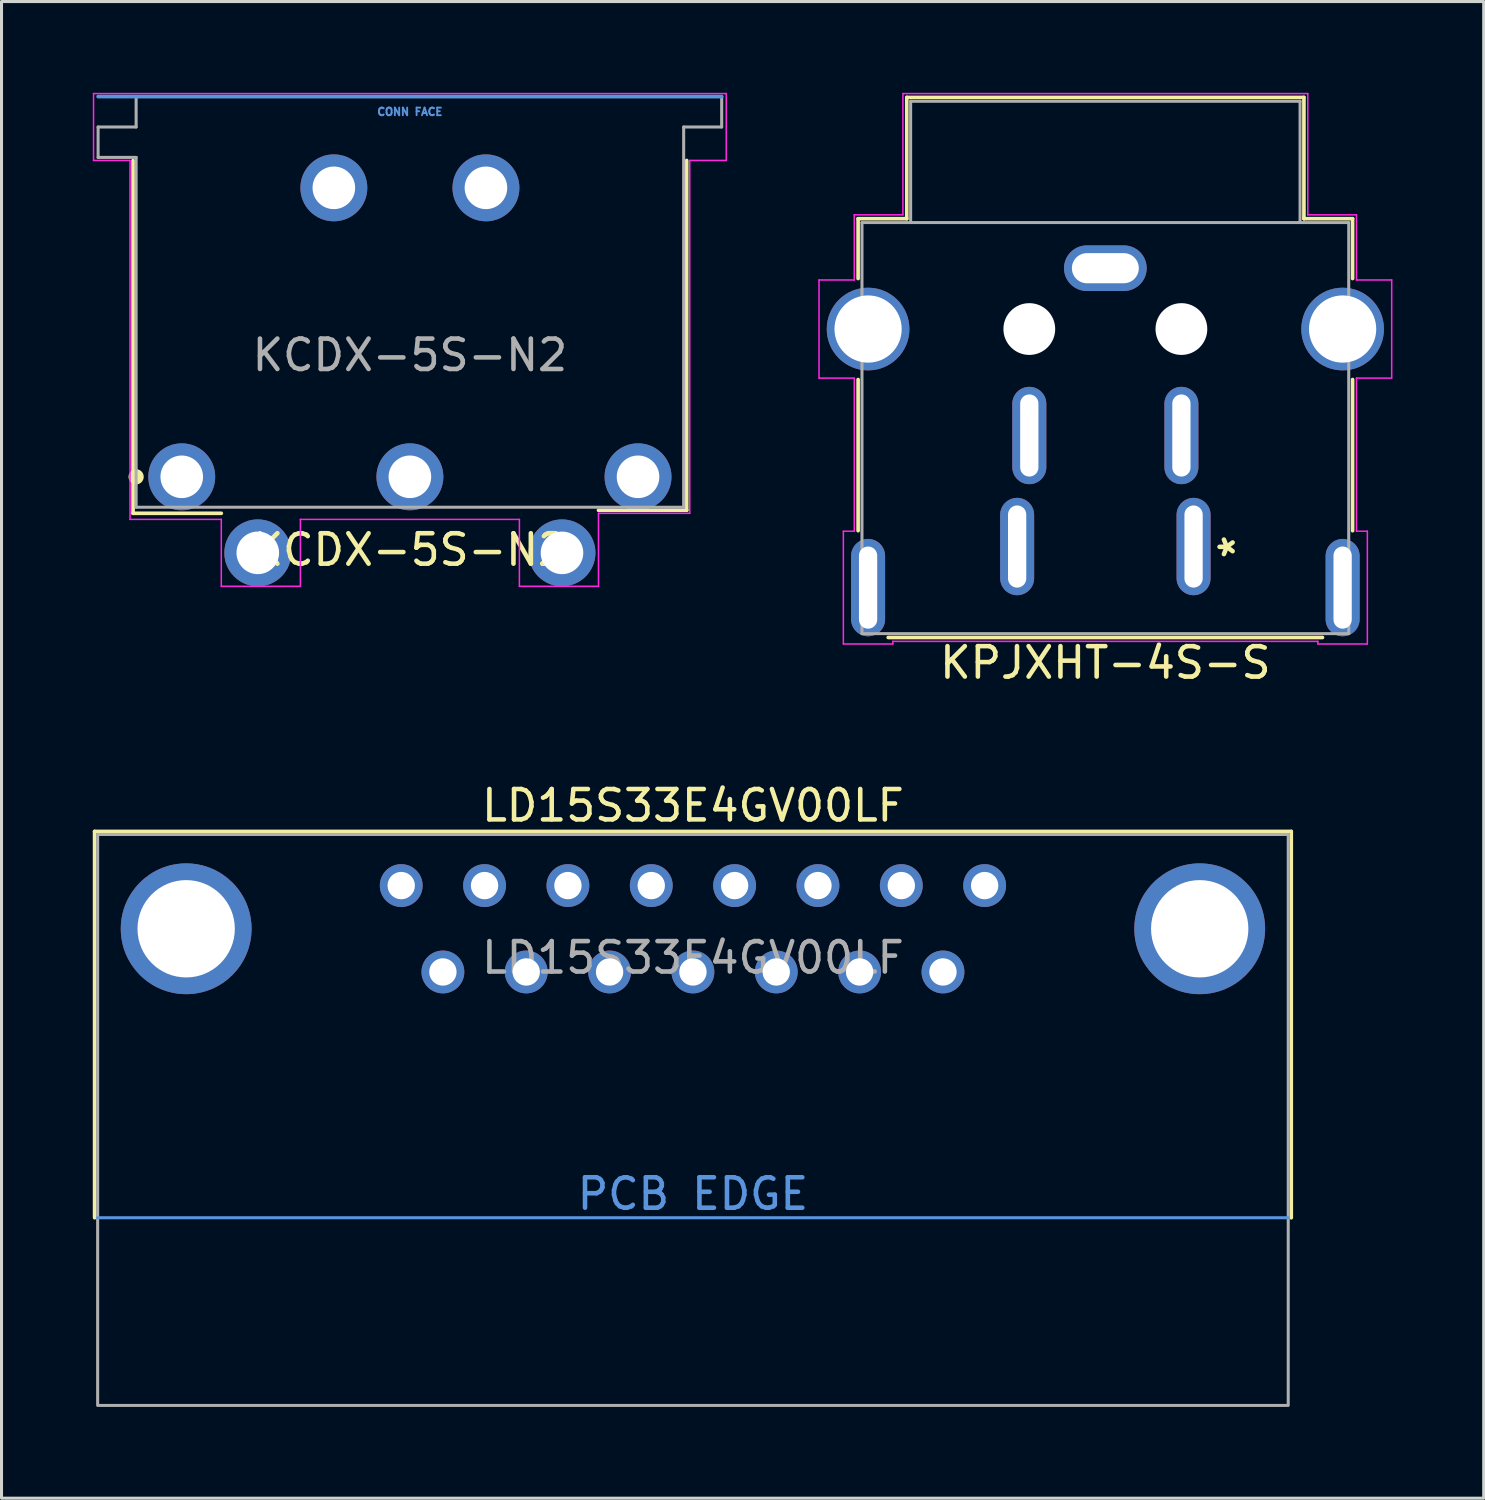
<source format=kicad_pcb>
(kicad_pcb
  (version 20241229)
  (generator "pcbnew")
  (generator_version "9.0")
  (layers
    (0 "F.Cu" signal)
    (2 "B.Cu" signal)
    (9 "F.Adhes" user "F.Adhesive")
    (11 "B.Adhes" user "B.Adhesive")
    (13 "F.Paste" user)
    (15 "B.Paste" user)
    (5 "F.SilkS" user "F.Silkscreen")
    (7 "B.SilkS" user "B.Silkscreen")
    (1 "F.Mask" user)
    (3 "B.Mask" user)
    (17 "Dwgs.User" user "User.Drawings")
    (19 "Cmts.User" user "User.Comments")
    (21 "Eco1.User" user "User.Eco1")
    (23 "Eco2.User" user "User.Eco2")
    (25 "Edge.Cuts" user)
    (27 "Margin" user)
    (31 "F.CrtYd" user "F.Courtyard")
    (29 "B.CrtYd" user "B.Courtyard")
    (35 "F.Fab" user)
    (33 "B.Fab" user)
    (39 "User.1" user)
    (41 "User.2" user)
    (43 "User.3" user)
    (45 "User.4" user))
  (footprint "LD15S33E4GV00LF"
    (layer "F.Cu")
    (at 19.73 27.483)
    (property "Reference" "LD15S33E4GV00LF" (at 0 -4.05 0) (unlocked yes) (layer "F.SilkS") (effects (font (size 1 1) (thickness 0.15))))
    (attr through_hole)
    (fp_line (start -19.67 -3.2) (end 19.67 -3.2) (stroke (width 0.12) (type default)) (layer "F.SilkS"))
    (fp_line (start -19.67 9.5) (end -19.67 -3.2) (stroke (width 0.12) (type default)) (layer "F.SilkS"))
    (fp_line (start 19.67 -3.2) (end 19.67 9.5) (stroke (width 0.12) (type default)) (layer "F.SilkS"))
    (fp_line (start -19.57 9.5) (end 19.57 9.5) (stroke (width 0.1) (type default)) (layer "Cmts.User"))
    (fp_rect (start -19.57 -3.1) (end 19.57 15.67) (stroke (width 0.1) (type default)) (fill no) (layer "F.Fab"))
    (fp_text user "PCB EDGE" (at 0 9.3 0) (unlocked yes) (layer "Cmts.User") (effects (font (size 1 1) (thickness 0.15)) (justify bottom)))
    (fp_text user "${REFERENCE}" (at 0 0.95 0) (unlocked yes) (layer "F.Fab") (effects (font (size 1 1) (thickness 0.15))))
    (pad "1" thru_hole circle (at 9.59 -1.42) (size 1.408 1.408) (drill 0.9) (layers "*.Cu" "*.Mask"))
    (pad "2" thru_hole circle (at 6.85 -1.42) (size 1.408 1.408) (drill 0.9) (layers "*.Cu" "*.Mask"))
    (pad "3" thru_hole circle (at 4.11 -1.42) (size 1.408 1.408) (drill 0.9) (layers "*.Cu" "*.Mask"))
    (pad "4" thru_hole circle (at 1.37 -1.42) (size 1.408 1.408) (drill 0.9) (layers "*.Cu" "*.Mask"))
    (pad "5" thru_hole circle (at -1.37 -1.42) (size 1.408 1.408) (drill 0.9) (layers "*.Cu" "*.Mask"))
    (pad "6" thru_hole circle (at -4.11 -1.42) (size 1.408 1.408) (drill 0.9) (layers "*.Cu" "*.Mask"))
    (pad "7" thru_hole circle (at -6.85 -1.42) (size 1.408 1.408) (drill 0.9) (layers "*.Cu" "*.Mask"))
    (pad "8" thru_hole circle (at -9.59 -1.42) (size 1.408 1.408) (drill 0.9) (layers "*.Cu" "*.Mask"))
    (pad "9" thru_hole circle (at 8.22 1.42) (size 1.408 1.408) (drill 0.9) (layers "*.Cu" "*.Mask"))
    (pad "10" thru_hole circle (at 5.48 1.42) (size 1.408 1.408) (drill 0.9) (layers "*.Cu" "*.Mask"))
    (pad "11" thru_hole circle (at 2.74 1.42) (size 1.408 1.408) (drill 0.9) (layers "*.Cu" "*.Mask"))
    (pad "12" thru_hole circle (at 0 1.42) (size 1.408 1.408) (drill 0.9) (layers "*.Cu" "*.Mask"))
    (pad "13" thru_hole circle (at -2.74 1.42) (size 1.408 1.408) (drill 0.9) (layers "*.Cu" "*.Mask"))
    (pad "14" thru_hole circle (at -5.48 1.42) (size 1.408 1.408) (drill 0.9) (layers "*.Cu" "*.Mask"))
    (pad "15" thru_hole circle (at -8.22 1.42) (size 1.408 1.408) (drill 0.9) (layers "*.Cu" "*.Mask"))
    (pad "MP" thru_hole circle (at -16.66 0) (size 4.3 4.3) (drill 3.2) (layers "*.Cu" "*.Mask"))
    (pad "MP" thru_hole circle (at 16.66 0) (size 4.3 4.3) (drill 3.2) (layers "*.Cu" "*.Mask")))
  (footprint "KPJXHT-4S-S"
    (layer "F.Cu")
    (at 36.188 14.917)
    (property "Reference" "KPJXHT-4S-S" (at -2.9 3.82 0) (layer "F.SilkS") (effects (font (size 1 1) (thickness 0.15))))
    (attr through_hole)
    (fp_line (start -11.028 -10.777) (end -9.428 -10.777) (stroke (width 0.12) (type solid)) (layer "F.SilkS"))
    (fp_line (start -11.028 -8.81) (end -11.028 -10.777) (stroke (width 0.12) (type solid)) (layer "F.SilkS"))
    (fp_line (start -11.028 -0.52) (end -11.028 -5.49) (stroke (width 0.12) (type solid)) (layer "F.SilkS"))
    (fp_line (start -9.428 -14.765) (end 3.628 -14.765) (stroke (width 0.12) (type solid)) (layer "F.SilkS"))
    (fp_line (start -9.428 -10.777) (end -9.428 -14.765) (stroke (width 0.12) (type solid)) (layer "F.SilkS"))
    (fp_line (start 3.628 -14.765) (end 3.628 -10.777) (stroke (width 0.12) (type solid)) (layer "F.SilkS"))
    (fp_line (start 3.628 -10.777) (end 5.228 -10.777) (stroke (width 0.12) (type solid)) (layer "F.SilkS"))
    (fp_line (start 4.239 2.99) (end -10.039 2.99) (stroke (width 0.12) (type solid)) (layer "F.SilkS"))
    (fp_line (start 5.228 -10.777) (end 5.228 -8.81) (stroke (width 0.12) (type solid)) (layer "F.SilkS"))
    (fp_line (start 5.228 -5.49) (end 5.228 -0.52) (stroke (width 0.12) (type solid)) (layer "F.SilkS"))
    (fp_line (start -12.313 -8.763) (end -12.313 -5.537) (stroke (width 0.05) (type solid)) (layer "F.CrtYd"))
    (fp_line (start -12.313 -5.537) (end -11.155 -5.537) (stroke (width 0.05) (type solid)) (layer "F.CrtYd"))
    (fp_line (start -11.513 -0.504) (end -11.513 3.204) (stroke (width 0.05) (type solid)) (layer "F.CrtYd"))
    (fp_line (start -11.513 3.204) (end -9.887 3.204) (stroke (width 0.05) (type solid)) (layer "F.CrtYd"))
    (fp_line (start -11.155 -10.904) (end -11.155 -8.763) (stroke (width 0.05) (type solid)) (layer "F.CrtYd"))
    (fp_line (start -11.155 -8.763) (end -12.313 -8.763) (stroke (width 0.05) (type solid)) (layer "F.CrtYd"))
    (fp_line (start -11.155 -5.537) (end -11.155 -0.504) (stroke (width 0.05) (type solid)) (layer "F.CrtYd"))
    (fp_line (start -11.155 -0.504) (end -11.513 -0.504) (stroke (width 0.05) (type solid)) (layer "F.CrtYd"))
    (fp_line (start -9.887 3.117) (end 4.087 3.117) (stroke (width 0.05) (type solid)) (layer "F.CrtYd"))
    (fp_line (start -9.887 3.204) (end -9.887 3.117) (stroke (width 0.05) (type solid)) (layer "F.CrtYd"))
    (fp_line (start -9.555 -14.892) (end -9.555 -10.904) (stroke (width 0.05) (type solid)) (layer "F.CrtYd"))
    (fp_line (start -9.555 -10.904) (end -11.155 -10.904) (stroke (width 0.05) (type solid)) (layer "F.CrtYd"))
    (fp_line (start 3.755 -14.892) (end -9.555 -14.892) (stroke (width 0.05) (type solid)) (layer "F.CrtYd"))
    (fp_line (start 3.755 -10.904) (end 3.755 -14.892) (stroke (width 0.05) (type solid)) (layer "F.CrtYd"))
    (fp_line (start 4.087 3.117) (end 4.087 3.204) (stroke (width 0.05) (type solid)) (layer "F.CrtYd"))
    (fp_line (start 4.087 3.204) (end 5.713 3.204) (stroke (width 0.05) (type solid)) (layer "F.CrtYd"))
    (fp_line (start 5.355 -10.904) (end 3.755 -10.904) (stroke (width 0.05) (type solid)) (layer "F.CrtYd"))
    (fp_line (start 5.355 -8.763) (end 5.355 -10.904) (stroke (width 0.05) (type solid)) (layer "F.CrtYd"))
    (fp_line (start 5.355 -5.537) (end 6.513 -5.537) (stroke (width 0.05) (type solid)) (layer "F.CrtYd"))
    (fp_line (start 5.355 -0.504) (end 5.355 -5.537) (stroke (width 0.05) (type solid)) (layer "F.CrtYd"))
    (fp_line (start 5.713 -0.504) (end 5.355 -0.504) (stroke (width 0.05) (type solid)) (layer "F.CrtYd"))
    (fp_line (start 5.713 3.204) (end 5.713 -0.504) (stroke (width 0.05) (type solid)) (layer "F.CrtYd"))
    (fp_line (start 6.513 -8.763) (end 5.355 -8.763) (stroke (width 0.05) (type solid)) (layer "F.CrtYd"))
    (fp_line (start 6.513 -5.537) (end 6.513 -8.763) (stroke (width 0.05) (type solid)) (layer "F.CrtYd"))
    (fp_line (start -10.901 -10.65) (end -10.901 2.863) (stroke (width 0.1) (type solid)) (layer "F.Fab"))
    (fp_line (start -10.901 2.863) (end 5.101 2.863) (stroke (width 0.1) (type solid)) (layer "F.Fab"))
    (fp_line (start -9.301 -14.638) (end -9.301 -10.65) (stroke (width 0.1) (type solid)) (layer "F.Fab"))
    (fp_line (start 3.501 -14.638) (end -9.301 -14.638) (stroke (width 0.1) (type solid)) (layer "F.Fab"))
    (fp_line (start 3.501 -10.65) (end 3.501 -14.638) (stroke (width 0.1) (type solid)) (layer "F.Fab"))
    (fp_line (start 5.101 -10.65) (end -10.901 -10.65) (stroke (width 0.1) (type solid)) (layer "F.Fab"))
    (fp_line (start 5.101 2.863) (end 5.101 -10.65) (stroke (width 0.1) (type solid)) (layer "F.Fab"))
    (fp_text user "*" (at 1.4 0.01 90) (layer "F.SilkS") (effects (font (size 1 1) (thickness 0.15))))
    (pad "" np_thru_hole circle (at -5.4 -7.15) (size 1.702 1.702) (drill 1.702) (layers "*.Cu" "*.Mask"))
    (pad "" np_thru_hole circle (at -0.4 -7.15) (size 1.702 1.702) (drill 1.702) (layers "*.Cu" "*.Mask"))
    (pad "1" thru_hole oval (at 0 0) (size 1.118 3.2) (drill oval 0.6 2.7) (layers "*.Cu" "*.Mask"))
    (pad "2" thru_hole oval (at -5.8 0) (size 1.118 3.2) (drill oval 0.6 2.7) (layers "*.Cu" "*.Mask"))
    (pad "3" thru_hole oval (at -0.4 -3.65) (size 1.118 3.2) (drill oval 0.6 2.7) (layers "*.Cu" "*.Mask"))
    (pad "4" thru_hole oval (at -5.4 -3.65) (size 1.12 3.2) (drill oval 0.6 2.7) (layers "*.Cu" "*.Mask"))
    (pad "M" thru_hole circle (at -10.7 -7.15) (size 2.718 2.718) (drill 2.21) (layers "*.Cu" "*.Mask"))
    (pad "M" thru_hole oval (at -10.7 1.35) (size 1.118 3.2) (drill oval 0.6 2.7) (layers "*.Cu" "*.Mask"))
    (pad "M" thru_hole oval (at -2.9 -9.15) (size 2.718 1.499) (drill oval 2.2 0.991) (layers "*.Cu" "*.Mask"))
    (pad "M" thru_hole circle (at 4.9 -7.15) (size 2.718 2.718) (drill 2.21) (layers "*.Cu" "*.Mask"))
    (pad "M" thru_hole oval (at 4.9 1.35) (size 1.118 3.2) (drill oval 0.6 2.7) (layers "*.Cu" "*.Mask")))
  (footprint "KCDX-5S-N2"
    (layer "F.Cu")
    (at 10.425 12.625)
    (property "Reference" "KCDX-5S-N2" (at 0 2.4 0) (unlocked yes) (layer "F.SilkS") (effects (font (size 1 1) (thickness 0.15))))
    (attr through_hole)
    (fp_line (start -9.1 -10.4) (end -9.1 1.2) (stroke (width 0.12) (type solid)) (layer "F.SilkS"))
    (fp_line (start -9.1 1.2) (end -6.2 1.2) (stroke (width 0.12) (type solid)) (layer "F.SilkS"))
    (fp_line (start 6.2 1.1) (end 9.1 1.1) (stroke (width 0.12) (type solid)) (layer "F.SilkS"))
    (fp_line (start 9.1 1.1) (end 9.1 -10.4) (stroke (width 0.12) (type solid)) (layer "F.SilkS"))
    (fp_circle (center -9 0) (end -8.75 0) (stroke (width 0) (type solid)) (fill yes) (layer "F.SilkS"))
    (fp_line (start -10.25 -12.5) (end 10.25 -12.5) (stroke (width 0.12) (type solid)) (layer "Cmts.User"))
    (fp_line (start -10.4 -12.6) (end -10.4 -10.4) (stroke (width 0.05) (type solid)) (layer "F.CrtYd"))
    (fp_line (start -10.4 -10.4) (end -9.2 -10.4) (stroke (width 0.05) (type solid)) (layer "F.CrtYd"))
    (fp_line (start -9.2 -10.4) (end -9.2 1.4) (stroke (width 0.05) (type solid)) (layer "F.CrtYd"))
    (fp_line (start -9.2 1.4) (end -6.2 1.4) (stroke (width 0.05) (type solid)) (layer "F.CrtYd"))
    (fp_line (start -6.2 1.4) (end -6.2 3.6) (stroke (width 0.05) (type solid)) (layer "F.CrtYd"))
    (fp_line (start -6.2 3.6) (end -3.6 3.6) (stroke (width 0.05) (type solid)) (layer "F.CrtYd"))
    (fp_line (start -3.6 1.4) (end 3.6 1.4) (stroke (width 0.05) (type solid)) (layer "F.CrtYd"))
    (fp_line (start -3.6 3.6) (end -3.6 1.4) (stroke (width 0.05) (type solid)) (layer "F.CrtYd"))
    (fp_line (start 3.6 1.4) (end 3.6 3.6) (stroke (width 0.05) (type solid)) (layer "F.CrtYd"))
    (fp_line (start 3.6 3.6) (end 6.2 3.6) (stroke (width 0.05) (type solid)) (layer "F.CrtYd"))
    (fp_line (start 6.2 1.2) (end 9.2 1.2) (stroke (width 0.05) (type solid)) (layer "F.CrtYd"))
    (fp_line (start 6.2 3.6) (end 6.2 1.2) (stroke (width 0.05) (type solid)) (layer "F.CrtYd"))
    (fp_line (start 9.2 -10.4) (end 10.4 -10.4) (stroke (width 0.05) (type solid)) (layer "F.CrtYd"))
    (fp_line (start 9.2 1.2) (end 9.2 -10.4) (stroke (width 0.05) (type solid)) (layer "F.CrtYd"))
    (fp_line (start 10.4 -12.6) (end -10.4 -12.6) (stroke (width 0.05) (type solid)) (layer "F.CrtYd"))
    (fp_line (start 10.4 -10.4) (end 10.4 -12.6) (stroke (width 0.05) (type solid)) (layer "F.CrtYd"))
    (fp_line (start -10.25 -11.5) (end -9 -11.5) (stroke (width 0.1) (type solid)) (layer "F.Fab"))
    (fp_line (start -10.25 -10.5) (end -10.25 -11.5) (stroke (width 0.1) (type solid)) (layer "F.Fab"))
    (fp_line (start -9 -12.5) (end 10.25 -12.5) (stroke (width 0.1) (type solid)) (layer "F.Fab"))
    (fp_line (start -9 -11.5) (end -9 -12.5) (stroke (width 0.1) (type solid)) (layer "F.Fab"))
    (fp_line (start -9 -10.5) (end -10.25 -10.5) (stroke (width 0.1) (type solid)) (layer "F.Fab"))
    (fp_line (start -9 1) (end -9 -10.5) (stroke (width 0.1) (type solid)) (layer "F.Fab"))
    (fp_line (start 9 -11.5) (end 9 1) (stroke (width 0.1) (type solid)) (layer "F.Fab"))
    (fp_line (start 9 1) (end -9 1) (stroke (width 0.1) (type solid)) (layer "F.Fab"))
    (fp_line (start 10.25 -12.5) (end 10.25 -11.5) (stroke (width 0.1) (type solid)) (layer "F.Fab"))
    (fp_line (start 10.25 -11.5) (end 9 -11.5) (stroke (width 0.1) (type solid)) (layer "F.Fab"))
    (fp_text user "CONN FACE" (at 0 -12 0) (unlocked yes) (layer "Cmts.User") (effects (font (size 0.25 0.25) (thickness 0.062))))
    (fp_text user "${REFERENCE}" (at 0 -4 0) (unlocked yes) (layer "F.Fab") (effects (font (size 1 1) (thickness 0.15))))
    (pad "1" thru_hole circle (at -7.5 0) (size 2.2 2.2) (drill 1.4) (layers "*.Cu" "*.Mask"))
    (pad "2" thru_hole circle (at 0 0) (size 2.2 2.2) (drill 1.4) (layers "*.Cu" "*.Mask"))
    (pad "3" thru_hole circle (at 7.5 0) (size 2.2 2.2) (drill 1.4) (layers "*.Cu" "*.Mask"))
    (pad "4" thru_hole circle (at -5 2.5) (size 2.2 2.2) (drill 1.4) (layers "*.Cu" "*.Mask"))
    (pad "5" thru_hole circle (at 5 2.5 180) (size 2.2 2.2) (drill 1.4) (layers "*.Cu" "*.Mask"))
    (pad "G" thru_hole circle (at -2.5 -9.5) (size 2.2 2.2) (drill 1.4) (layers "*.Cu" "*.Mask"))
    (pad "G" thru_hole circle (at 2.5 -9.5) (size 2.2 2.2) (drill 1.4) (layers "*.Cu" "*.Mask")))
  (gr_rect
    (start -3 -3)
    (end 45.726 46.203)
    (stroke (width 0.1) (type default))
    (fill no)
    (layer "Edge.Cuts")))
</source>
